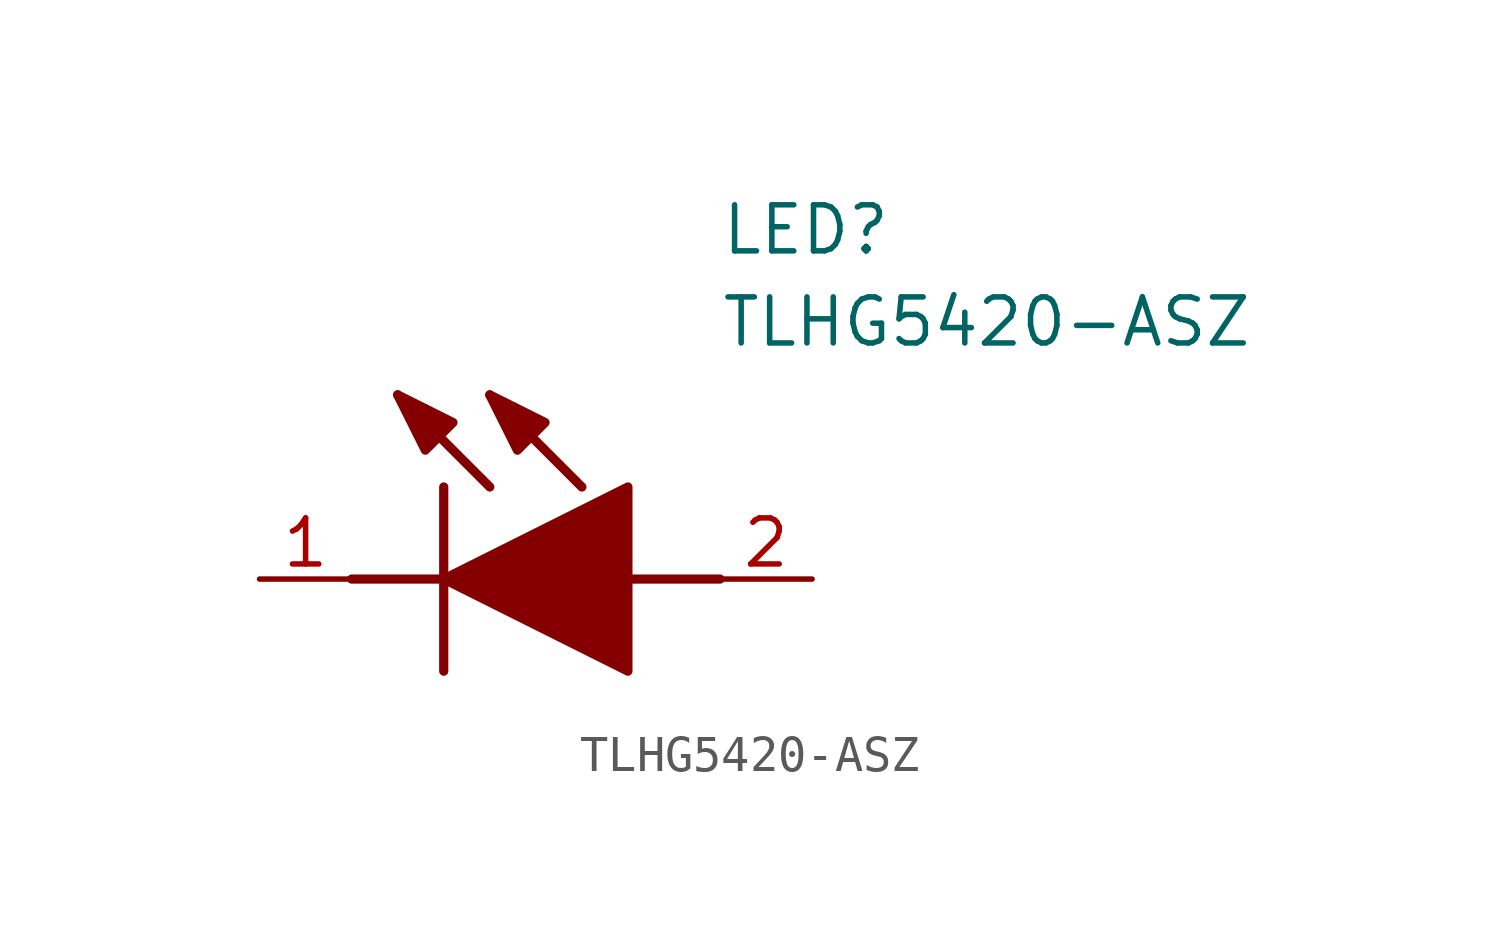
<source format=kicad_sym>
(kicad_symbol_lib
  (version 20211014)
  (generator SamacSys_ECAD_Model)
  (symbol "TLHG5420-ASZ"
    (pin_names hide)
    (property "Reference" "LED"
      (at 12.7 8.89 0)
      (effects (font (size 1.27 1.27)) (justify left bottom)))
    (property "Value" "TLHG5420-ASZ"
      (at 12.7 6.35 0)
      (effects (font (size 1.27 1.27)) (justify left bottom)))
    (polyline
      (pts (xy 5.08 2.54) (xy 5.08 -2.54))
      (stroke (width 0.254) (type default))
      (fill (type none)))
    (polyline
      (pts (xy 6.35 2.54) (xy 3.81 5.08))
      (stroke (width 0.254) (type default))
      (fill (type none)))
    (polyline
      (pts (xy 8.89 2.54) (xy 6.35 5.08))
      (stroke (width 0.254) (type default))
      (fill (type none)))
    (polyline
      (pts (xy 2.54 0) (xy 5.08 0))
      (stroke (width 0.254) (type default))
      (fill (type none)))
    (polyline
      (pts (xy 10.16 0) (xy 12.7 0))
      (stroke (width 0.254) (type default))
      (fill (type none)))
    (polyline
      (pts (xy 5.08 0) (xy 10.16 2.54) (xy 10.16 -2.54) (xy 5.08 0))
      (stroke (width 0.254) (type default))
      (fill (type outline)))
    (polyline
      (pts (xy 5.334 4.318) (xy 4.572 3.556) (xy 3.81 5.08) (xy 5.334 4.318))
      (stroke (width 0.254) (type default))
      (fill (type outline)))
    (polyline
      (pts (xy 7.874 4.318) (xy 7.112 3.556) (xy 6.35 5.08) (xy 7.874 4.318))
      (stroke (width 0.254) (type default))
      (fill (type outline)))
    (pin passive line
      (at 0 0 0)
      (length 2.54)
      (name "K" (effects (font (size 1.27 1.27))))
      (number "1" (effects (font (size 1.27 1.27)))))
    (pin passive line
      (at 15.24 0 180)
      (length 2.54)
      (name "A" (effects (font (size 1.27 1.27))))
      (number "2" (effects (font (size 1.27 1.27)))))))
</source>
